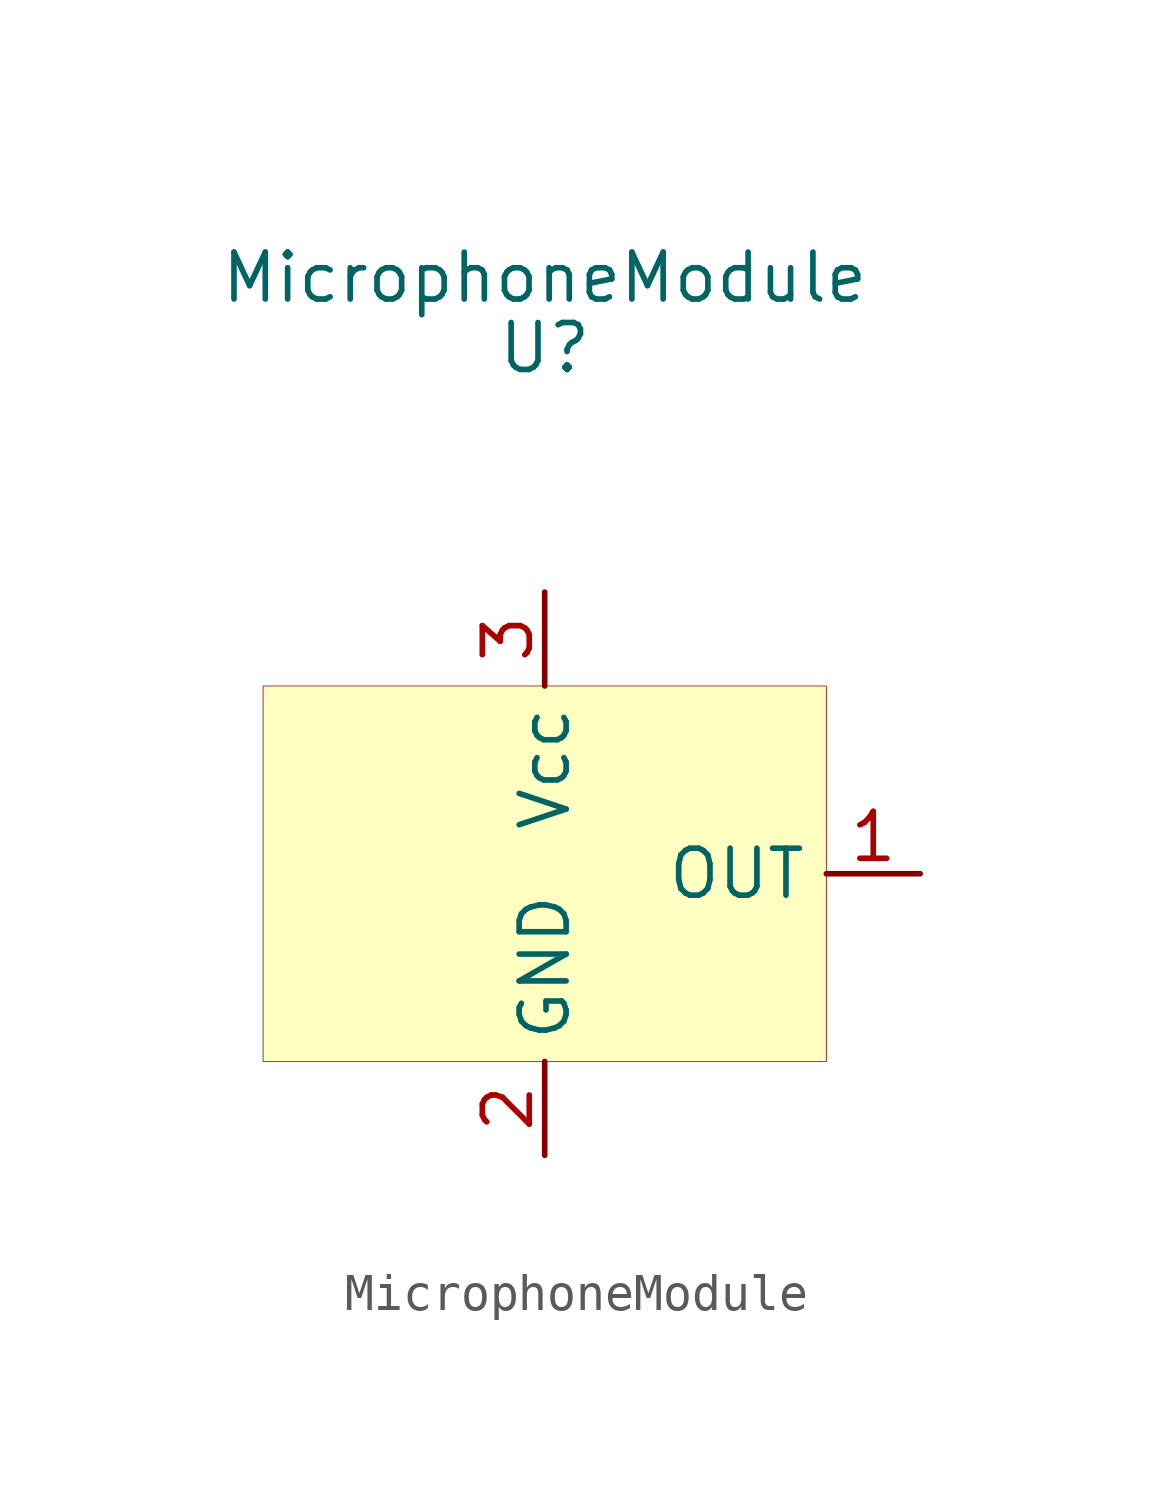
<source format=kicad_sym>
(kicad_symbol_lib
  (version 20200126)
  (host kicad_symbol_editor "(5.99.0-2290-gd34f8fd4b)")
  (symbol "audio-esp32:MicrophoneModule"
    (property "Reference" "U"
      (at 0 14.224 0)
      (effects (font (size 1.27 1.27))))
    (property "Value" "MicrophoneModule"
      (at 0 16.129 0)
      (effects (font (size 1.27 1.27))))
    (symbol "MicrophoneModule_0_1"
      (rectangle (start 7.62 5.08) (end -7.62 -5.08) (stroke (width 0.001)) (fill (type background))))
    (symbol "MicrophoneModule_1_1"
      (pin power_in line (at 0 7.62 270) (length 2.54) (name "Vcc" (effects (font (size 1.27 1.27)))) (number "3" (effects (font (size 1.27 1.27)))))
      (pin power_in line (at 0 -7.62 90) (length 2.54) (name "GND" (effects (font (size 1.27 1.27)))) (number "2" (effects (font (size 1.27 1.27)))))
      (pin output line (at 10.16 0 180) (length 2.54) (name "OUT" (effects (font (size 1.27 1.27)))) (number "1" (effects (font (size 1.27 1.27))))))))
</source>
